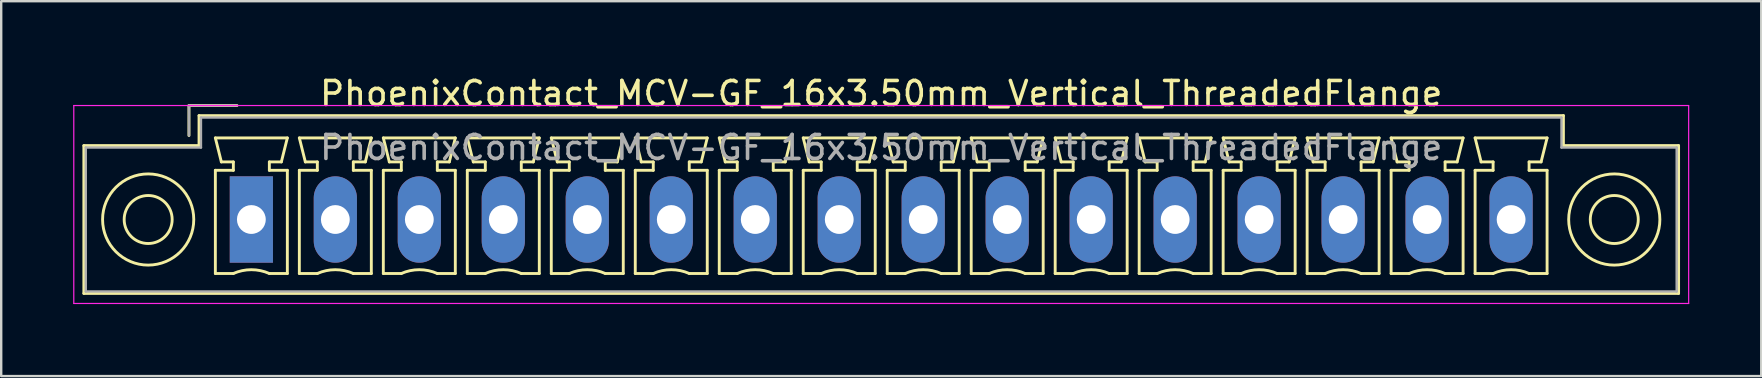
<source format=kicad_pcb>
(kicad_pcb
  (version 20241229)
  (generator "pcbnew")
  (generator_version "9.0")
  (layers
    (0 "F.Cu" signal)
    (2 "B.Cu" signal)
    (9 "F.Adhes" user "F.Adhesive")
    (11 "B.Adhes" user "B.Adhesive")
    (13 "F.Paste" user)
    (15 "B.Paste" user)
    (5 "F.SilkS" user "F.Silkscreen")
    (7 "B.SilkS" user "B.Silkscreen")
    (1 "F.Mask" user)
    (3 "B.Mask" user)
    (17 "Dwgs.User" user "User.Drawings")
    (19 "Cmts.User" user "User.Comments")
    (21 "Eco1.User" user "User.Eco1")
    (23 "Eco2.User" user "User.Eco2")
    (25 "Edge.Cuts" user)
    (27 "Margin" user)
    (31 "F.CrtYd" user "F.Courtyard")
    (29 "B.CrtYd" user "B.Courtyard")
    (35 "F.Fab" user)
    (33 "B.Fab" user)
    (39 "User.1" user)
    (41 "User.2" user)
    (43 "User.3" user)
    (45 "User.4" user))
  (footprint "PhoenixContact_MCV-GF_16x3.50mm_Vertical_ThreadedFlange"
    (layer "F.Cu")
    (at 7.425 6.098)
    (property "Reference" "PhoenixContact_MCV-GF_16x3.50mm_Vertical_ThreadedFlange" (at 26.25 -5.25 0) (layer "F.SilkS") (effects (font (size 1 1) (thickness 0.15))))
    (attr through_hole)
    (fp_line (start -6.98 -3.08) (end -6.98 3.08) (stroke (width 0.12) (type solid)) (layer "F.SilkS"))
    (fp_line (start -6.98 3.08) (end 59.48 3.08) (stroke (width 0.12) (type solid)) (layer "F.SilkS"))
    (fp_line (start -2.6 -4.75) (end -0.6 -4.75) (stroke (width 0.12) (type solid)) (layer "F.SilkS"))
    (fp_line (start -2.6 -3.5) (end -2.6 -4.75) (stroke (width 0.12) (type solid)) (layer "F.SilkS"))
    (fp_line (start -2.18 -4.33) (end -2.18 -3.08) (stroke (width 0.12) (type solid)) (layer "F.SilkS"))
    (fp_line (start -2.18 -3.08) (end -6.98 -3.08) (stroke (width 0.12) (type solid)) (layer "F.SilkS"))
    (fp_line (start -1.5 -3.4) (end 1.5 -3.4) (stroke (width 0.12) (type solid)) (layer "F.SilkS"))
    (fp_line (start -1.5 -2.05) (end -0.75 -2.05) (stroke (width 0.12) (type solid)) (layer "F.SilkS"))
    (fp_line (start -1.5 2.25) (end -1.5 -2.05) (stroke (width 0.12) (type solid)) (layer "F.SilkS"))
    (fp_line (start -1.25 -2.4) (end -1.5 -3.4) (stroke (width 0.12) (type solid)) (layer "F.SilkS"))
    (fp_line (start -0.75 -2.4) (end -1.25 -2.4) (stroke (width 0.12) (type solid)) (layer "F.SilkS"))
    (fp_line (start -0.75 -2.05) (end -0.75 -2.4) (stroke (width 0.12) (type solid)) (layer "F.SilkS"))
    (fp_line (start -0.75 2.25) (end -1.5 2.25) (stroke (width 0.12) (type solid)) (layer "F.SilkS"))
    (fp_line (start 0.75 -2.4) (end 0.75 -2.05) (stroke (width 0.12) (type solid)) (layer "F.SilkS"))
    (fp_line (start 0.75 -2.05) (end 1.5 -2.05) (stroke (width 0.12) (type solid)) (layer "F.SilkS"))
    (fp_line (start 1.25 -2.4) (end 0.75 -2.4) (stroke (width 0.12) (type solid)) (layer "F.SilkS"))
    (fp_line (start 1.5 -3.4) (end 1.25 -2.4) (stroke (width 0.12) (type solid)) (layer "F.SilkS"))
    (fp_line (start 1.5 -2.05) (end 1.5 2.25) (stroke (width 0.12) (type solid)) (layer "F.SilkS"))
    (fp_line (start 1.5 2.25) (end 0.75 2.25) (stroke (width 0.12) (type solid)) (layer "F.SilkS"))
    (fp_line (start 2 -3.4) (end 5 -3.4) (stroke (width 0.12) (type solid)) (layer "F.SilkS"))
    (fp_line (start 2 -2.05) (end 2.75 -2.05) (stroke (width 0.12) (type solid)) (layer "F.SilkS"))
    (fp_line (start 2 2.25) (end 2 -2.05) (stroke (width 0.12) (type solid)) (layer "F.SilkS"))
    (fp_line (start 2.25 -2.4) (end 2 -3.4) (stroke (width 0.12) (type solid)) (layer "F.SilkS"))
    (fp_line (start 2.75 -2.4) (end 2.25 -2.4) (stroke (width 0.12) (type solid)) (layer "F.SilkS"))
    (fp_line (start 2.75 -2.05) (end 2.75 -2.4) (stroke (width 0.12) (type solid)) (layer "F.SilkS"))
    (fp_line (start 2.75 2.25) (end 2 2.25) (stroke (width 0.12) (type solid)) (layer "F.SilkS"))
    (fp_line (start 4.25 -2.4) (end 4.25 -2.05) (stroke (width 0.12) (type solid)) (layer "F.SilkS"))
    (fp_line (start 4.25 -2.05) (end 5 -2.05) (stroke (width 0.12) (type solid)) (layer "F.SilkS"))
    (fp_line (start 4.75 -2.4) (end 4.25 -2.4) (stroke (width 0.12) (type solid)) (layer "F.SilkS"))
    (fp_line (start 5 -3.4) (end 4.75 -2.4) (stroke (width 0.12) (type solid)) (layer "F.SilkS"))
    (fp_line (start 5 -2.05) (end 5 2.25) (stroke (width 0.12) (type solid)) (layer "F.SilkS"))
    (fp_line (start 5 2.25) (end 4.25 2.25) (stroke (width 0.12) (type solid)) (layer "F.SilkS"))
    (fp_line (start 5.5 -3.4) (end 8.5 -3.4) (stroke (width 0.12) (type solid)) (layer "F.SilkS"))
    (fp_line (start 5.5 -2.05) (end 6.25 -2.05) (stroke (width 0.12) (type solid)) (layer "F.SilkS"))
    (fp_line (start 5.5 2.25) (end 5.5 -2.05) (stroke (width 0.12) (type solid)) (layer "F.SilkS"))
    (fp_line (start 5.75 -2.4) (end 5.5 -3.4) (stroke (width 0.12) (type solid)) (layer "F.SilkS"))
    (fp_line (start 6.25 -2.4) (end 5.75 -2.4) (stroke (width 0.12) (type solid)) (layer "F.SilkS"))
    (fp_line (start 6.25 -2.05) (end 6.25 -2.4) (stroke (width 0.12) (type solid)) (layer "F.SilkS"))
    (fp_line (start 6.25 2.25) (end 5.5 2.25) (stroke (width 0.12) (type solid)) (layer "F.SilkS"))
    (fp_line (start 7.75 -2.4) (end 7.75 -2.05) (stroke (width 0.12) (type solid)) (layer "F.SilkS"))
    (fp_line (start 7.75 -2.05) (end 8.5 -2.05) (stroke (width 0.12) (type solid)) (layer "F.SilkS"))
    (fp_line (start 8.25 -2.4) (end 7.75 -2.4) (stroke (width 0.12) (type solid)) (layer "F.SilkS"))
    (fp_line (start 8.5 -3.4) (end 8.25 -2.4) (stroke (width 0.12) (type solid)) (layer "F.SilkS"))
    (fp_line (start 8.5 -2.05) (end 8.5 2.25) (stroke (width 0.12) (type solid)) (layer "F.SilkS"))
    (fp_line (start 8.5 2.25) (end 7.75 2.25) (stroke (width 0.12) (type solid)) (layer "F.SilkS"))
    (fp_line (start 9 -3.4) (end 12 -3.4) (stroke (width 0.12) (type solid)) (layer "F.SilkS"))
    (fp_line (start 9 -2.05) (end 9.75 -2.05) (stroke (width 0.12) (type solid)) (layer "F.SilkS"))
    (fp_line (start 9 2.25) (end 9 -2.05) (stroke (width 0.12) (type solid)) (layer "F.SilkS"))
    (fp_line (start 9.25 -2.4) (end 9 -3.4) (stroke (width 0.12) (type solid)) (layer "F.SilkS"))
    (fp_line (start 9.75 -2.4) (end 9.25 -2.4) (stroke (width 0.12) (type solid)) (layer "F.SilkS"))
    (fp_line (start 9.75 -2.05) (end 9.75 -2.4) (stroke (width 0.12) (type solid)) (layer "F.SilkS"))
    (fp_line (start 9.75 2.25) (end 9 2.25) (stroke (width 0.12) (type solid)) (layer "F.SilkS"))
    (fp_line (start 11.25 -2.4) (end 11.25 -2.05) (stroke (width 0.12) (type solid)) (layer "F.SilkS"))
    (fp_line (start 11.25 -2.05) (end 12 -2.05) (stroke (width 0.12) (type solid)) (layer "F.SilkS"))
    (fp_line (start 11.75 -2.4) (end 11.25 -2.4) (stroke (width 0.12) (type solid)) (layer "F.SilkS"))
    (fp_line (start 12 -3.4) (end 11.75 -2.4) (stroke (width 0.12) (type solid)) (layer "F.SilkS"))
    (fp_line (start 12 -2.05) (end 12 2.25) (stroke (width 0.12) (type solid)) (layer "F.SilkS"))
    (fp_line (start 12 2.25) (end 11.25 2.25) (stroke (width 0.12) (type solid)) (layer "F.SilkS"))
    (fp_line (start 12.5 -3.4) (end 15.5 -3.4) (stroke (width 0.12) (type solid)) (layer "F.SilkS"))
    (fp_line (start 12.5 -2.05) (end 13.25 -2.05) (stroke (width 0.12) (type solid)) (layer "F.SilkS"))
    (fp_line (start 12.5 2.25) (end 12.5 -2.05) (stroke (width 0.12) (type solid)) (layer "F.SilkS"))
    (fp_line (start 12.75 -2.4) (end 12.5 -3.4) (stroke (width 0.12) (type solid)) (layer "F.SilkS"))
    (fp_line (start 13.25 -2.4) (end 12.75 -2.4) (stroke (width 0.12) (type solid)) (layer "F.SilkS"))
    (fp_line (start 13.25 -2.05) (end 13.25 -2.4) (stroke (width 0.12) (type solid)) (layer "F.SilkS"))
    (fp_line (start 13.25 2.25) (end 12.5 2.25) (stroke (width 0.12) (type solid)) (layer "F.SilkS"))
    (fp_line (start 14.75 -2.4) (end 14.75 -2.05) (stroke (width 0.12) (type solid)) (layer "F.SilkS"))
    (fp_line (start 14.75 -2.05) (end 15.5 -2.05) (stroke (width 0.12) (type solid)) (layer "F.SilkS"))
    (fp_line (start 15.25 -2.4) (end 14.75 -2.4) (stroke (width 0.12) (type solid)) (layer "F.SilkS"))
    (fp_line (start 15.5 -3.4) (end 15.25 -2.4) (stroke (width 0.12) (type solid)) (layer "F.SilkS"))
    (fp_line (start 15.5 -2.05) (end 15.5 2.25) (stroke (width 0.12) (type solid)) (layer "F.SilkS"))
    (fp_line (start 15.5 2.25) (end 14.75 2.25) (stroke (width 0.12) (type solid)) (layer "F.SilkS"))
    (fp_line (start 16 -3.4) (end 19 -3.4) (stroke (width 0.12) (type solid)) (layer "F.SilkS"))
    (fp_line (start 16 -2.05) (end 16.75 -2.05) (stroke (width 0.12) (type solid)) (layer "F.SilkS"))
    (fp_line (start 16 2.25) (end 16 -2.05) (stroke (width 0.12) (type solid)) (layer "F.SilkS"))
    (fp_line (start 16.25 -2.4) (end 16 -3.4) (stroke (width 0.12) (type solid)) (layer "F.SilkS"))
    (fp_line (start 16.75 -2.4) (end 16.25 -2.4) (stroke (width 0.12) (type solid)) (layer "F.SilkS"))
    (fp_line (start 16.75 -2.05) (end 16.75 -2.4) (stroke (width 0.12) (type solid)) (layer "F.SilkS"))
    (fp_line (start 16.75 2.25) (end 16 2.25) (stroke (width 0.12) (type solid)) (layer "F.SilkS"))
    (fp_line (start 18.25 -2.4) (end 18.25 -2.05) (stroke (width 0.12) (type solid)) (layer "F.SilkS"))
    (fp_line (start 18.25 -2.05) (end 19 -2.05) (stroke (width 0.12) (type solid)) (layer "F.SilkS"))
    (fp_line (start 18.75 -2.4) (end 18.25 -2.4) (stroke (width 0.12) (type solid)) (layer "F.SilkS"))
    (fp_line (start 19 -3.4) (end 18.75 -2.4) (stroke (width 0.12) (type solid)) (layer "F.SilkS"))
    (fp_line (start 19 -2.05) (end 19 2.25) (stroke (width 0.12) (type solid)) (layer "F.SilkS"))
    (fp_line (start 19 2.25) (end 18.25 2.25) (stroke (width 0.12) (type solid)) (layer "F.SilkS"))
    (fp_line (start 19.5 -3.4) (end 22.5 -3.4) (stroke (width 0.12) (type solid)) (layer "F.SilkS"))
    (fp_line (start 19.5 -2.05) (end 20.25 -2.05) (stroke (width 0.12) (type solid)) (layer "F.SilkS"))
    (fp_line (start 19.5 2.25) (end 19.5 -2.05) (stroke (width 0.12) (type solid)) (layer "F.SilkS"))
    (fp_line (start 19.75 -2.4) (end 19.5 -3.4) (stroke (width 0.12) (type solid)) (layer "F.SilkS"))
    (fp_line (start 20.25 -2.4) (end 19.75 -2.4) (stroke (width 0.12) (type solid)) (layer "F.SilkS"))
    (fp_line (start 20.25 -2.05) (end 20.25 -2.4) (stroke (width 0.12) (type solid)) (layer "F.SilkS"))
    (fp_line (start 20.25 2.25) (end 19.5 2.25) (stroke (width 0.12) (type solid)) (layer "F.SilkS"))
    (fp_line (start 21.75 -2.4) (end 21.75 -2.05) (stroke (width 0.12) (type solid)) (layer "F.SilkS"))
    (fp_line (start 21.75 -2.05) (end 22.5 -2.05) (stroke (width 0.12) (type solid)) (layer "F.SilkS"))
    (fp_line (start 22.25 -2.4) (end 21.75 -2.4) (stroke (width 0.12) (type solid)) (layer "F.SilkS"))
    (fp_line (start 22.5 -3.4) (end 22.25 -2.4) (stroke (width 0.12) (type solid)) (layer "F.SilkS"))
    (fp_line (start 22.5 -2.05) (end 22.5 2.25) (stroke (width 0.12) (type solid)) (layer "F.SilkS"))
    (fp_line (start 22.5 2.25) (end 21.75 2.25) (stroke (width 0.12) (type solid)) (layer "F.SilkS"))
    (fp_line (start 23 -3.4) (end 26 -3.4) (stroke (width 0.12) (type solid)) (layer "F.SilkS"))
    (fp_line (start 23 -2.05) (end 23.75 -2.05) (stroke (width 0.12) (type solid)) (layer "F.SilkS"))
    (fp_line (start 23 2.25) (end 23 -2.05) (stroke (width 0.12) (type solid)) (layer "F.SilkS"))
    (fp_line (start 23.25 -2.4) (end 23 -3.4) (stroke (width 0.12) (type solid)) (layer "F.SilkS"))
    (fp_line (start 23.75 -2.4) (end 23.25 -2.4) (stroke (width 0.12) (type solid)) (layer "F.SilkS"))
    (fp_line (start 23.75 -2.05) (end 23.75 -2.4) (stroke (width 0.12) (type solid)) (layer "F.SilkS"))
    (fp_line (start 23.75 2.25) (end 23 2.25) (stroke (width 0.12) (type solid)) (layer "F.SilkS"))
    (fp_line (start 25.25 -2.4) (end 25.25 -2.05) (stroke (width 0.12) (type solid)) (layer "F.SilkS"))
    (fp_line (start 25.25 -2.05) (end 26 -2.05) (stroke (width 0.12) (type solid)) (layer "F.SilkS"))
    (fp_line (start 25.75 -2.4) (end 25.25 -2.4) (stroke (width 0.12) (type solid)) (layer "F.SilkS"))
    (fp_line (start 26 -3.4) (end 25.75 -2.4) (stroke (width 0.12) (type solid)) (layer "F.SilkS"))
    (fp_line (start 26 -2.05) (end 26 2.25) (stroke (width 0.12) (type solid)) (layer "F.SilkS"))
    (fp_line (start 26 2.25) (end 25.25 2.25) (stroke (width 0.12) (type solid)) (layer "F.SilkS"))
    (fp_line (start 26.5 -3.4) (end 29.5 -3.4) (stroke (width 0.12) (type solid)) (layer "F.SilkS"))
    (fp_line (start 26.5 -2.05) (end 27.25 -2.05) (stroke (width 0.12) (type solid)) (layer "F.SilkS"))
    (fp_line (start 26.5 2.25) (end 26.5 -2.05) (stroke (width 0.12) (type solid)) (layer "F.SilkS"))
    (fp_line (start 26.75 -2.4) (end 26.5 -3.4) (stroke (width 0.12) (type solid)) (layer "F.SilkS"))
    (fp_line (start 27.25 -2.4) (end 26.75 -2.4) (stroke (width 0.12) (type solid)) (layer "F.SilkS"))
    (fp_line (start 27.25 -2.05) (end 27.25 -2.4) (stroke (width 0.12) (type solid)) (layer "F.SilkS"))
    (fp_line (start 27.25 2.25) (end 26.5 2.25) (stroke (width 0.12) (type solid)) (layer "F.SilkS"))
    (fp_line (start 28.75 -2.4) (end 28.75 -2.05) (stroke (width 0.12) (type solid)) (layer "F.SilkS"))
    (fp_line (start 28.75 -2.05) (end 29.5 -2.05) (stroke (width 0.12) (type solid)) (layer "F.SilkS"))
    (fp_line (start 29.25 -2.4) (end 28.75 -2.4) (stroke (width 0.12) (type solid)) (layer "F.SilkS"))
    (fp_line (start 29.5 -3.4) (end 29.25 -2.4) (stroke (width 0.12) (type solid)) (layer "F.SilkS"))
    (fp_line (start 29.5 -2.05) (end 29.5 2.25) (stroke (width 0.12) (type solid)) (layer "F.SilkS"))
    (fp_line (start 29.5 2.25) (end 28.75 2.25) (stroke (width 0.12) (type solid)) (layer "F.SilkS"))
    (fp_line (start 30 -3.4) (end 33 -3.4) (stroke (width 0.12) (type solid)) (layer "F.SilkS"))
    (fp_line (start 30 -2.05) (end 30.75 -2.05) (stroke (width 0.12) (type solid)) (layer "F.SilkS"))
    (fp_line (start 30 2.25) (end 30 -2.05) (stroke (width 0.12) (type solid)) (layer "F.SilkS"))
    (fp_line (start 30.25 -2.4) (end 30 -3.4) (stroke (width 0.12) (type solid)) (layer "F.SilkS"))
    (fp_line (start 30.75 -2.4) (end 30.25 -2.4) (stroke (width 0.12) (type solid)) (layer "F.SilkS"))
    (fp_line (start 30.75 -2.05) (end 30.75 -2.4) (stroke (width 0.12) (type solid)) (layer "F.SilkS"))
    (fp_line (start 30.75 2.25) (end 30 2.25) (stroke (width 0.12) (type solid)) (layer "F.SilkS"))
    (fp_line (start 32.25 -2.4) (end 32.25 -2.05) (stroke (width 0.12) (type solid)) (layer "F.SilkS"))
    (fp_line (start 32.25 -2.05) (end 33 -2.05) (stroke (width 0.12) (type solid)) (layer "F.SilkS"))
    (fp_line (start 32.75 -2.4) (end 32.25 -2.4) (stroke (width 0.12) (type solid)) (layer "F.SilkS"))
    (fp_line (start 33 -3.4) (end 32.75 -2.4) (stroke (width 0.12) (type solid)) (layer "F.SilkS"))
    (fp_line (start 33 -2.05) (end 33 2.25) (stroke (width 0.12) (type solid)) (layer "F.SilkS"))
    (fp_line (start 33 2.25) (end 32.25 2.25) (stroke (width 0.12) (type solid)) (layer "F.SilkS"))
    (fp_line (start 33.5 -3.4) (end 36.5 -3.4) (stroke (width 0.12) (type solid)) (layer "F.SilkS"))
    (fp_line (start 33.5 -2.05) (end 34.25 -2.05) (stroke (width 0.12) (type solid)) (layer "F.SilkS"))
    (fp_line (start 33.5 2.25) (end 33.5 -2.05) (stroke (width 0.12) (type solid)) (layer "F.SilkS"))
    (fp_line (start 33.75 -2.4) (end 33.5 -3.4) (stroke (width 0.12) (type solid)) (layer "F.SilkS"))
    (fp_line (start 34.25 -2.4) (end 33.75 -2.4) (stroke (width 0.12) (type solid)) (layer "F.SilkS"))
    (fp_line (start 34.25 -2.05) (end 34.25 -2.4) (stroke (width 0.12) (type solid)) (layer "F.SilkS"))
    (fp_line (start 34.25 2.25) (end 33.5 2.25) (stroke (width 0.12) (type solid)) (layer "F.SilkS"))
    (fp_line (start 35.75 -2.4) (end 35.75 -2.05) (stroke (width 0.12) (type solid)) (layer "F.SilkS"))
    (fp_line (start 35.75 -2.05) (end 36.5 -2.05) (stroke (width 0.12) (type solid)) (layer "F.SilkS"))
    (fp_line (start 36.25 -2.4) (end 35.75 -2.4) (stroke (width 0.12) (type solid)) (layer "F.SilkS"))
    (fp_line (start 36.5 -3.4) (end 36.25 -2.4) (stroke (width 0.12) (type solid)) (layer "F.SilkS"))
    (fp_line (start 36.5 -2.05) (end 36.5 2.25) (stroke (width 0.12) (type solid)) (layer "F.SilkS"))
    (fp_line (start 36.5 2.25) (end 35.75 2.25) (stroke (width 0.12) (type solid)) (layer "F.SilkS"))
    (fp_line (start 37 -3.4) (end 40 -3.4) (stroke (width 0.12) (type solid)) (layer "F.SilkS"))
    (fp_line (start 37 -2.05) (end 37.75 -2.05) (stroke (width 0.12) (type solid)) (layer "F.SilkS"))
    (fp_line (start 37 2.25) (end 37 -2.05) (stroke (width 0.12) (type solid)) (layer "F.SilkS"))
    (fp_line (start 37.25 -2.4) (end 37 -3.4) (stroke (width 0.12) (type solid)) (layer "F.SilkS"))
    (fp_line (start 37.75 -2.4) (end 37.25 -2.4) (stroke (width 0.12) (type solid)) (layer "F.SilkS"))
    (fp_line (start 37.75 -2.05) (end 37.75 -2.4) (stroke (width 0.12) (type solid)) (layer "F.SilkS"))
    (fp_line (start 37.75 2.25) (end 37 2.25) (stroke (width 0.12) (type solid)) (layer "F.SilkS"))
    (fp_line (start 39.25 -2.4) (end 39.25 -2.05) (stroke (width 0.12) (type solid)) (layer "F.SilkS"))
    (fp_line (start 39.25 -2.05) (end 40 -2.05) (stroke (width 0.12) (type solid)) (layer "F.SilkS"))
    (fp_line (start 39.75 -2.4) (end 39.25 -2.4) (stroke (width 0.12) (type solid)) (layer "F.SilkS"))
    (fp_line (start 40 -3.4) (end 39.75 -2.4) (stroke (width 0.12) (type solid)) (layer "F.SilkS"))
    (fp_line (start 40 -2.05) (end 40 2.25) (stroke (width 0.12) (type solid)) (layer "F.SilkS"))
    (fp_line (start 40 2.25) (end 39.25 2.25) (stroke (width 0.12) (type solid)) (layer "F.SilkS"))
    (fp_line (start 40.5 -3.4) (end 43.5 -3.4) (stroke (width 0.12) (type solid)) (layer "F.SilkS"))
    (fp_line (start 40.5 -2.05) (end 41.25 -2.05) (stroke (width 0.12) (type solid)) (layer "F.SilkS"))
    (fp_line (start 40.5 2.25) (end 40.5 -2.05) (stroke (width 0.12) (type solid)) (layer "F.SilkS"))
    (fp_line (start 40.75 -2.4) (end 40.5 -3.4) (stroke (width 0.12) (type solid)) (layer "F.SilkS"))
    (fp_line (start 41.25 -2.4) (end 40.75 -2.4) (stroke (width 0.12) (type solid)) (layer "F.SilkS"))
    (fp_line (start 41.25 -2.05) (end 41.25 -2.4) (stroke (width 0.12) (type solid)) (layer "F.SilkS"))
    (fp_line (start 41.25 2.25) (end 40.5 2.25) (stroke (width 0.12) (type solid)) (layer "F.SilkS"))
    (fp_line (start 42.75 -2.4) (end 42.75 -2.05) (stroke (width 0.12) (type solid)) (layer "F.SilkS"))
    (fp_line (start 42.75 -2.05) (end 43.5 -2.05) (stroke (width 0.12) (type solid)) (layer "F.SilkS"))
    (fp_line (start 43.25 -2.4) (end 42.75 -2.4) (stroke (width 0.12) (type solid)) (layer "F.SilkS"))
    (fp_line (start 43.5 -3.4) (end 43.25 -2.4) (stroke (width 0.12) (type solid)) (layer "F.SilkS"))
    (fp_line (start 43.5 -2.05) (end 43.5 2.25) (stroke (width 0.12) (type solid)) (layer "F.SilkS"))
    (fp_line (start 43.5 2.25) (end 42.75 2.25) (stroke (width 0.12) (type solid)) (layer "F.SilkS"))
    (fp_line (start 44 -3.4) (end 47 -3.4) (stroke (width 0.12) (type solid)) (layer "F.SilkS"))
    (fp_line (start 44 -2.05) (end 44.75 -2.05) (stroke (width 0.12) (type solid)) (layer "F.SilkS"))
    (fp_line (start 44 2.25) (end 44 -2.05) (stroke (width 0.12) (type solid)) (layer "F.SilkS"))
    (fp_line (start 44.25 -2.4) (end 44 -3.4) (stroke (width 0.12) (type solid)) (layer "F.SilkS"))
    (fp_line (start 44.75 -2.4) (end 44.25 -2.4) (stroke (width 0.12) (type solid)) (layer "F.SilkS"))
    (fp_line (start 44.75 -2.05) (end 44.75 -2.4) (stroke (width 0.12) (type solid)) (layer "F.SilkS"))
    (fp_line (start 44.75 2.25) (end 44 2.25) (stroke (width 0.12) (type solid)) (layer "F.SilkS"))
    (fp_line (start 46.25 -2.4) (end 46.25 -2.05) (stroke (width 0.12) (type solid)) (layer "F.SilkS"))
    (fp_line (start 46.25 -2.05) (end 47 -2.05) (stroke (width 0.12) (type solid)) (layer "F.SilkS"))
    (fp_line (start 46.75 -2.4) (end 46.25 -2.4) (stroke (width 0.12) (type solid)) (layer "F.SilkS"))
    (fp_line (start 47 -3.4) (end 46.75 -2.4) (stroke (width 0.12) (type solid)) (layer "F.SilkS"))
    (fp_line (start 47 -2.05) (end 47 2.25) (stroke (width 0.12) (type solid)) (layer "F.SilkS"))
    (fp_line (start 47 2.25) (end 46.25 2.25) (stroke (width 0.12) (type solid)) (layer "F.SilkS"))
    (fp_line (start 47.5 -3.4) (end 50.5 -3.4) (stroke (width 0.12) (type solid)) (layer "F.SilkS"))
    (fp_line (start 47.5 -2.05) (end 48.25 -2.05) (stroke (width 0.12) (type solid)) (layer "F.SilkS"))
    (fp_line (start 47.5 2.25) (end 47.5 -2.05) (stroke (width 0.12) (type solid)) (layer "F.SilkS"))
    (fp_line (start 47.75 -2.4) (end 47.5 -3.4) (stroke (width 0.12) (type solid)) (layer "F.SilkS"))
    (fp_line (start 48.25 -2.4) (end 47.75 -2.4) (stroke (width 0.12) (type solid)) (layer "F.SilkS"))
    (fp_line (start 48.25 -2.05) (end 48.25 -2.4) (stroke (width 0.12) (type solid)) (layer "F.SilkS"))
    (fp_line (start 48.25 2.25) (end 47.5 2.25) (stroke (width 0.12) (type solid)) (layer "F.SilkS"))
    (fp_line (start 49.75 -2.4) (end 49.75 -2.05) (stroke (width 0.12) (type solid)) (layer "F.SilkS"))
    (fp_line (start 49.75 -2.05) (end 50.5 -2.05) (stroke (width 0.12) (type solid)) (layer "F.SilkS"))
    (fp_line (start 50.25 -2.4) (end 49.75 -2.4) (stroke (width 0.12) (type solid)) (layer "F.SilkS"))
    (fp_line (start 50.5 -3.4) (end 50.25 -2.4) (stroke (width 0.12) (type solid)) (layer "F.SilkS"))
    (fp_line (start 50.5 -2.05) (end 50.5 2.25) (stroke (width 0.12) (type solid)) (layer "F.SilkS"))
    (fp_line (start 50.5 2.25) (end 49.75 2.25) (stroke (width 0.12) (type solid)) (layer "F.SilkS"))
    (fp_line (start 51 -3.4) (end 54 -3.4) (stroke (width 0.12) (type solid)) (layer "F.SilkS"))
    (fp_line (start 51 -2.05) (end 51.75 -2.05) (stroke (width 0.12) (type solid)) (layer "F.SilkS"))
    (fp_line (start 51 2.25) (end 51 -2.05) (stroke (width 0.12) (type solid)) (layer "F.SilkS"))
    (fp_line (start 51.25 -2.4) (end 51 -3.4) (stroke (width 0.12) (type solid)) (layer "F.SilkS"))
    (fp_line (start 51.75 -2.4) (end 51.25 -2.4) (stroke (width 0.12) (type solid)) (layer "F.SilkS"))
    (fp_line (start 51.75 -2.05) (end 51.75 -2.4) (stroke (width 0.12) (type solid)) (layer "F.SilkS"))
    (fp_line (start 51.75 2.25) (end 51 2.25) (stroke (width 0.12) (type solid)) (layer "F.SilkS"))
    (fp_line (start 53.25 -2.4) (end 53.25 -2.05) (stroke (width 0.12) (type solid)) (layer "F.SilkS"))
    (fp_line (start 53.25 -2.05) (end 54 -2.05) (stroke (width 0.12) (type solid)) (layer "F.SilkS"))
    (fp_line (start 53.75 -2.4) (end 53.25 -2.4) (stroke (width 0.12) (type solid)) (layer "F.SilkS"))
    (fp_line (start 54 -3.4) (end 53.75 -2.4) (stroke (width 0.12) (type solid)) (layer "F.SilkS"))
    (fp_line (start 54 -2.05) (end 54 2.25) (stroke (width 0.12) (type solid)) (layer "F.SilkS"))
    (fp_line (start 54 2.25) (end 53.25 2.25) (stroke (width 0.12) (type solid)) (layer "F.SilkS"))
    (fp_line (start 54.68 -4.33) (end -2.18 -4.33) (stroke (width 0.12) (type solid)) (layer "F.SilkS"))
    (fp_line (start 54.68 -3.08) (end 54.68 -4.33) (stroke (width 0.12) (type solid)) (layer "F.SilkS"))
    (fp_line (start 59.48 -3.08) (end 54.68 -3.08) (stroke (width 0.12) (type solid)) (layer "F.SilkS"))
    (fp_line (start 59.48 3.08) (end 59.48 -3.08) (stroke (width 0.12) (type solid)) (layer "F.SilkS"))
    (fp_arc (start -0.75 2.25) (mid -0.000193 2.09191) (end 0.749647 2.249844) (stroke (width 0.12) (type solid)) (layer "F.SilkS"))
    (fp_arc (start 2.75 2.25) (mid 3.499807 2.09191) (end 4.249647 2.249844) (stroke (width 0.12) (type solid)) (layer "F.SilkS"))
    (fp_arc (start 6.25 2.25) (mid 6.999807 2.09191) (end 7.749647 2.249844) (stroke (width 0.12) (type solid)) (layer "F.SilkS"))
    (fp_arc (start 9.75 2.25) (mid 10.499807 2.09191) (end 11.249647 2.249844) (stroke (width 0.12) (type solid)) (layer "F.SilkS"))
    (fp_arc (start 13.25 2.25) (mid 13.999807 2.09191) (end 14.749647 2.249844) (stroke (width 0.12) (type solid)) (layer "F.SilkS"))
    (fp_arc (start 16.75 2.25) (mid 17.499807 2.09191) (end 18.249647 2.249844) (stroke (width 0.12) (type solid)) (layer "F.SilkS"))
    (fp_arc (start 20.25 2.25) (mid 20.999807 2.09191) (end 21.749647 2.249844) (stroke (width 0.12) (type solid)) (layer "F.SilkS"))
    (fp_arc (start 23.75 2.25) (mid 24.499807 2.09191) (end 25.249647 2.249844) (stroke (width 0.12) (type solid)) (layer "F.SilkS"))
    (fp_arc (start 27.25 2.25) (mid 27.999807 2.09191) (end 28.749647 2.249844) (stroke (width 0.12) (type solid)) (layer "F.SilkS"))
    (fp_arc (start 30.75 2.25) (mid 31.499807 2.09191) (end 32.249647 2.249844) (stroke (width 0.12) (type solid)) (layer "F.SilkS"))
    (fp_arc (start 34.25 2.25) (mid 34.999807 2.09191) (end 35.749647 2.249844) (stroke (width 0.12) (type solid)) (layer "F.SilkS"))
    (fp_arc (start 37.75 2.25) (mid 38.499807 2.09191) (end 39.249647 2.249844) (stroke (width 0.12) (type solid)) (layer "F.SilkS"))
    (fp_arc (start 41.25 2.25) (mid 41.999807 2.09191) (end 42.749647 2.249844) (stroke (width 0.12) (type solid)) (layer "F.SilkS"))
    (fp_arc (start 44.75 2.25) (mid 45.499807 2.09191) (end 46.249647 2.249844) (stroke (width 0.12) (type solid)) (layer "F.SilkS"))
    (fp_arc (start 48.25 2.25) (mid 48.999807 2.09191) (end 49.749647 2.249844) (stroke (width 0.12) (type solid)) (layer "F.SilkS"))
    (fp_arc (start 51.75 2.25) (mid 52.499807 2.09191) (end 53.249647 2.249844) (stroke (width 0.12) (type solid)) (layer "F.SilkS"))
    (fp_circle (center -4.3 0) (end -3.3 0) (stroke (width 0.12) (type solid)) (fill no) (layer "F.SilkS"))
    (fp_circle (center -4.3 0) (end -2.4 0) (stroke (width 0.12) (type solid)) (fill no) (layer "F.SilkS"))
    (fp_circle (center 56.8 0) (end 57.8 0) (stroke (width 0.12) (type solid)) (fill no) (layer "F.SilkS"))
    (fp_circle (center 56.8 0) (end 58.7 0) (stroke (width 0.12) (type solid)) (fill no) (layer "F.SilkS"))
    (fp_line (start -7.4 -4.75) (end -7.4 3.5) (stroke (width 0.05) (type solid)) (layer "F.CrtYd"))
    (fp_line (start -7.4 3.5) (end 59.9 3.5) (stroke (width 0.05) (type solid)) (layer "F.CrtYd"))
    (fp_line (start 59.9 -4.75) (end -7.4 -4.75) (stroke (width 0.05) (type solid)) (layer "F.CrtYd"))
    (fp_line (start 59.9 3.5) (end 59.9 -4.75) (stroke (width 0.05) (type solid)) (layer "F.CrtYd"))
    (fp_line (start -6.9 -3) (end -6.9 3) (stroke (width 0.1) (type solid)) (layer "F.Fab"))
    (fp_line (start -6.9 3) (end 59.4 3) (stroke (width 0.1) (type solid)) (layer "F.Fab"))
    (fp_line (start -2.6 -4.75) (end -0.6 -4.75) (stroke (width 0.1) (type solid)) (layer "F.Fab"))
    (fp_line (start -2.6 -3.5) (end -2.6 -4.75) (stroke (width 0.1) (type solid)) (layer "F.Fab"))
    (fp_line (start -2.1 -4.25) (end -2.1 -3) (stroke (width 0.1) (type solid)) (layer "F.Fab"))
    (fp_line (start -2.1 -3) (end -6.9 -3) (stroke (width 0.1) (type solid)) (layer "F.Fab"))
    (fp_line (start 54.6 -4.25) (end -2.1 -4.25) (stroke (width 0.1) (type solid)) (layer "F.Fab"))
    (fp_line (start 54.6 -3) (end 54.6 -4.25) (stroke (width 0.1) (type solid)) (layer "F.Fab"))
    (fp_line (start 59.4 -3) (end 54.6 -3) (stroke (width 0.1) (type solid)) (layer "F.Fab"))
    (fp_line (start 59.4 3) (end 59.4 -3) (stroke (width 0.1) (type solid)) (layer "F.Fab"))
    (fp_text user "${REFERENCE}" (at 26.25 -3 0) (layer "F.Fab") (effects (font (size 1 1) (thickness 0.15))))
    (pad "1" thru_hole rect (at 0 0) (size 1.8 3.6) (drill 1.2) (layers "*.Cu" "*.Mask"))
    (pad "2" thru_hole oval (at 3.5 0) (size 1.8 3.6) (drill 1.2) (layers "*.Cu" "*.Mask"))
    (pad "3" thru_hole oval (at 7 0) (size 1.8 3.6) (drill 1.2) (layers "*.Cu" "*.Mask"))
    (pad "4" thru_hole oval (at 10.5 0) (size 1.8 3.6) (drill 1.2) (layers "*.Cu" "*.Mask"))
    (pad "5" thru_hole oval (at 14 0) (size 1.8 3.6) (drill 1.2) (layers "*.Cu" "*.Mask"))
    (pad "6" thru_hole oval (at 17.5 0) (size 1.8 3.6) (drill 1.2) (layers "*.Cu" "*.Mask"))
    (pad "7" thru_hole oval (at 21 0) (size 1.8 3.6) (drill 1.2) (layers "*.Cu" "*.Mask"))
    (pad "8" thru_hole oval (at 24.5 0) (size 1.8 3.6) (drill 1.2) (layers "*.Cu" "*.Mask"))
    (pad "9" thru_hole oval (at 28 0) (size 1.8 3.6) (drill 1.2) (layers "*.Cu" "*.Mask"))
    (pad "10" thru_hole oval (at 31.5 0) (size 1.8 3.6) (drill 1.2) (layers "*.Cu" "*.Mask"))
    (pad "11" thru_hole oval (at 35 0) (size 1.8 3.6) (drill 1.2) (layers "*.Cu" "*.Mask"))
    (pad "12" thru_hole oval (at 38.5 0) (size 1.8 3.6) (drill 1.2) (layers "*.Cu" "*.Mask"))
    (pad "13" thru_hole oval (at 42 0) (size 1.8 3.6) (drill 1.2) (layers "*.Cu" "*.Mask"))
    (pad "14" thru_hole oval (at 45.5 0) (size 1.8 3.6) (drill 1.2) (layers "*.Cu" "*.Mask"))
    (pad "15" thru_hole oval (at 49 0) (size 1.8 3.6) (drill 1.2) (layers "*.Cu" "*.Mask"))
    (pad "16" thru_hole oval (at 52.5 0) (size 1.8 3.6) (drill 1.2) (layers "*.Cu" "*.Mask")))
  (gr_rect
    (start -3 -3)
    (end 70.35 12.623)
    (stroke (width 0.1) (type default))
    (fill no)
    (layer "Edge.Cuts")))
</source>
